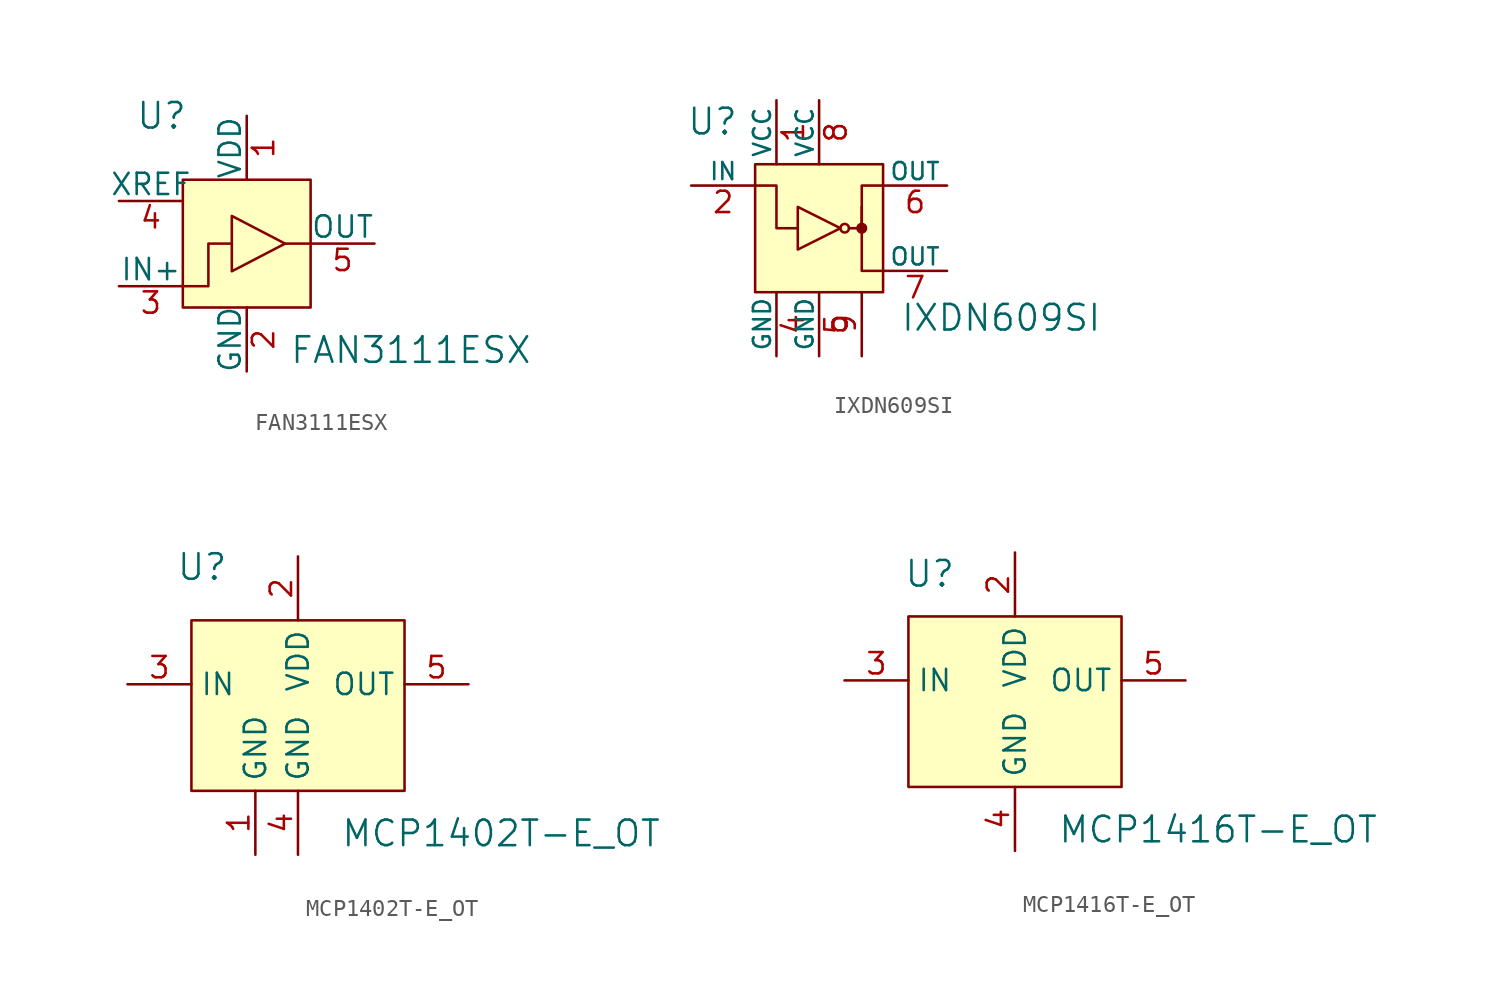
<source format=kicad_sym>
(kicad_symbol_lib
  (version 20220914)
  (generator kicad_symbol_editor)
  (symbol "FAN3111ESX"
    (pin_names
      (offset 0))
    (property "Reference" "U"
      (at -5.08 7.62 0)
      (effects (font (size 1.524 1.524))))
    (property "Value" "FAN3111ESX"
      (at 2.54 -6.35 0)
      (effects (font (size 1.524 1.524)) (justify left)))
    (symbol "FAN3111ESX_0_1"
      (rectangle (start -3.81 3.81) (end 3.81 -3.81) (stroke (width 0) (type solid)) (fill (type background)))
      (polyline (pts (xy 3.81 0) (xy 2.286 0)) (stroke (width 0) (type solid)) (fill (type none)))
      (polyline (pts (xy -3.81 -2.54) (xy -2.286 -2.54) (xy -2.286 0) (xy -0.889 0)) (stroke (width 0) (type solid)) (fill (type none)))
      (polyline (pts (xy -0.889 1.651) (xy -0.889 -1.651) (xy 2.286 0) (xy -0.889 1.651)) (stroke (width 0) (type solid)) (fill (type none))))
    (symbol "FAN3111ESX_1_1"
      (pin power_in line (at 0 7.62 270) (length 3.81) (name "VDD" (effects (font (size 1.27 1.27)))) (number "1" (effects (font (size 1.27 1.27)))))
      (pin power_in line (at 0 -7.62 90) (length 3.81) (name "GND" (effects (font (size 1.27 1.27)))) (number "2" (effects (font (size 1.27 1.27)))))
      (pin input line (at -7.62 -2.54 0) (length 3.81) (name "IN+" (effects (font (size 1.27 1.27)))) (number "3" (effects (font (size 1.27 1.27)))))
      (pin input line (at -7.62 2.54 0) (length 3.81) (name "XREF" (effects (font (size 1.27 1.27)))) (number "4" (effects (font (size 1.27 1.27)))))
      (pin output line (at 7.62 0 180) (length 3.81) (name "OUT" (effects (font (size 1.27 1.27)))) (number "5" (effects (font (size 1.27 1.27)))))))
  (symbol "IXDN609SI"
    (pin_names
      (offset 0))
    (property "Reference" "U"
      (at -6.35 6.35 0)
      (effects (font (size 1.524 1.524))))
    (property "Value" "IXDN609SI"
      (at 4.826 -5.334 0)
      (effects (font (size 1.524 1.524)) (justify left)))
    (symbol "IXDN609SI_0_1"
      (rectangle (start -3.81 3.81) (end 3.81 -3.81) (stroke (width 0) (type solid)) (fill (type background)))
      (polyline (pts (xy 2.54 1.27) (xy 2.54 -2.54) (xy 3.81 -2.54)) (stroke (width 0) (type solid)) (fill (type none)))
      (polyline (pts (xy -3.81 2.54) (xy -2.54 2.54) (xy -2.54 0) (xy -1.27 0)) (stroke (width 0) (type solid)) (fill (type none)))
      (polyline (pts (xy -1.27 1.27) (xy -1.27 -1.27) (xy 1.27 0) (xy -1.27 1.27)) (stroke (width 0) (type solid)) (fill (type none)))
      (polyline (pts (xy 1.778 0) (xy 2.54 0) (xy 2.54 2.54) (xy 3.81 2.54)) (stroke (width 0) (type solid)) (fill (type none)))
      (circle (center 1.524 0) (radius 0.254) (stroke (width 0) (type solid)) (fill (type none)))
      (circle (center 2.54 0) (radius 0.254) (stroke (width 0) (type solid)) (fill (type outline))))
    (symbol "IXDN609SI_1_1"
      (pin power_in line (at -2.54 7.62 270) (length 3.81) (name "VCC" (effects (font (size 1.016 1.016)))) (number "1" (effects (font (size 1.27 1.27)))))
      (pin input line (at -7.62 2.54 0) (length 3.81) (name "IN" (effects (font (size 1.016 1.016)))) (number "2" (effects (font (size 1.27 1.27)))))
      (pin no_connect line (at -3.81 -2.54 0) (length 3.81) hide (name "NC" (effects (font (size 1.016 1.016)))) (number "3" (effects (font (size 1.27 1.27)))))
      (pin power_in line (at -2.54 -7.62 90) (length 3.81) (name "GND" (effects (font (size 1.016 1.016)))) (number "4" (effects (font (size 1.27 1.27)))))
      (pin power_in line (at 0 -7.62 90) (length 3.81) (name "GND" (effects (font (size 1.016 1.016)))) (number "5" (effects (font (size 1.27 1.27)))))
      (pin output line (at 7.62 2.54 180) (length 3.81) (name "OUT" (effects (font (size 1.016 1.016)))) (number "6" (effects (font (size 1.27 1.27)))))
      (pin output line (at 7.62 -2.54 180) (length 3.81) (name "OUT" (effects (font (size 1.016 1.016)))) (number "7" (effects (font (size 1.27 1.27)))))
      (pin power_in line (at 0 7.62 270) (length 3.81) (name "VCC" (effects (font (size 1.016 1.016)))) (number "8" (effects (font (size 1.27 1.27)))))
      (pin unspecified line (at 2.54 -7.62 90) (length 3.81) (name "~" (effects (font (size 1.016 1.016)))) (number "9" (effects (font (size 1.27 1.27)))))))
  (symbol "MCP1402T-E_OT"
    (property "Reference" "U"
      (at -5.715 6.985 0)
      (effects (font (size 1.524 1.524))))
    (property "Value" "MCP1402T-E_OT"
      (at 2.54 -8.89 0)
      (effects (font (size 1.524 1.524)) (justify left)))
    (symbol "MCP1402T-E_OT_0_1"
      (rectangle (start -6.35 3.81) (end 6.35 -6.35) (stroke (width 0) (type solid)) (fill (type background))))
    (symbol "MCP1402T-E_OT_1_1"
      (pin power_in line (at -2.54 -10.16 90) (length 3.81) (name "GND" (effects (font (size 1.27 1.27)))) (number "1" (effects (font (size 1.27 1.27)))))
      (pin power_in line (at 0 7.62 270) (length 3.81) (name "VDD" (effects (font (size 1.27 1.27)))) (number "2" (effects (font (size 1.27 1.27)))))
      (pin input line (at -10.16 0 0) (length 3.81) (name "IN" (effects (font (size 1.27 1.27)))) (number "3" (effects (font (size 1.27 1.27)))))
      (pin power_in line (at 0 -10.16 90) (length 3.81) (name "GND" (effects (font (size 1.27 1.27)))) (number "4" (effects (font (size 1.27 1.27)))))
      (pin output line (at 10.16 0 180) (length 3.81) (name "OUT" (effects (font (size 1.27 1.27)))) (number "5" (effects (font (size 1.27 1.27)))))))
  (symbol "MCP1416T-E_OT"
    (property "Reference" "U"
      (at -5.08 8.89 0)
      (effects (font (size 1.524 1.524))))
    (property "Value" "MCP1416T-E_OT"
      (at 2.54 -6.35 0)
      (effects (font (size 1.524 1.524)) (justify left)))
    (symbol "MCP1416T-E_OT_0_1"
      (rectangle (start -6.35 6.35) (end 6.35 -3.81) (stroke (width 0) (type solid)) (fill (type background))))
    (symbol "MCP1416T-E_OT_1_1"
      (pin no_connect line (at -6.35 -1.27 0) (length 3.81) hide (name "NC" (effects (font (size 1.27 1.27)))) (number "1" (effects (font (size 1.27 1.27)))))
      (pin power_in line (at 0 10.16 270) (length 3.81) (name "VDD" (effects (font (size 1.27 1.27)))) (number "2" (effects (font (size 1.27 1.27)))))
      (pin input line (at -10.16 2.54 0) (length 3.81) (name "IN" (effects (font (size 1.27 1.27)))) (number "3" (effects (font (size 1.27 1.27)))))
      (pin power_in line (at 0 -7.62 90) (length 3.81) (name "GND" (effects (font (size 1.27 1.27)))) (number "4" (effects (font (size 1.27 1.27)))))
      (pin output line (at 10.16 2.54 180) (length 3.81) (name "OUT" (effects (font (size 1.27 1.27)))) (number "5" (effects (font (size 1.27 1.27))))))))
</source>
